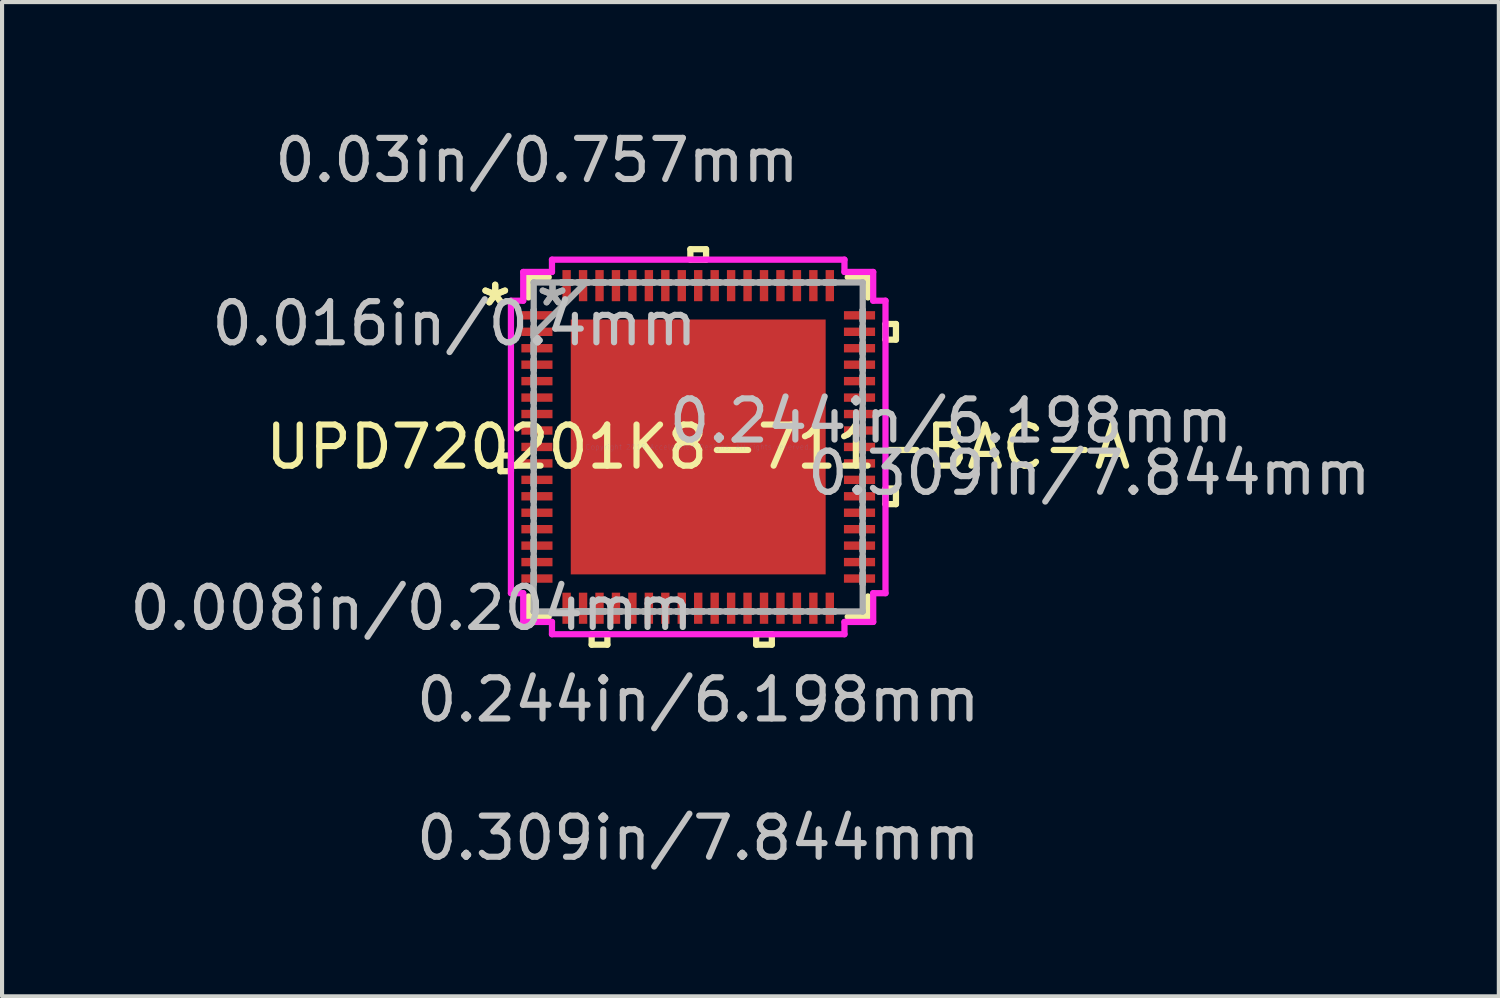
<source format=kicad_pcb>
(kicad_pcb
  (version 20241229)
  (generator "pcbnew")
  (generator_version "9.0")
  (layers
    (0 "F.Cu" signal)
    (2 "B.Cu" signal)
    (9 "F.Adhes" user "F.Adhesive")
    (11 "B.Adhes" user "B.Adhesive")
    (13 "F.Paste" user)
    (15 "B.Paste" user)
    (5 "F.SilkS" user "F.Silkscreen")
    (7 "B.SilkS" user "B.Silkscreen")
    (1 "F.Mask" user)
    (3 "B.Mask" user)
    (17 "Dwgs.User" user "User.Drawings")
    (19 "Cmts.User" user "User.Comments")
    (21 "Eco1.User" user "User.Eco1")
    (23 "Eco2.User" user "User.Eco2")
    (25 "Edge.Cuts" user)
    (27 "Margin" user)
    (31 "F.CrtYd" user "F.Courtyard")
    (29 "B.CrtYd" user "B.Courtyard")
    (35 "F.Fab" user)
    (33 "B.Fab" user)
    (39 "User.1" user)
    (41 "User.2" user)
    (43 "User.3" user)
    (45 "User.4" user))
  (footprint "UPD720201K8-711-BAC-A"
    (layer "F.Cu")
    (at 13.928 7.818)
    (property "Reference" "UPD720201K8-711-BAC-A" (at 0 0 0) (layer "F.SilkS") (effects (font (size 1 1) (thickness 0.15))))
    (attr through_hole)
    (fp_line (start -4.808 0.209) (end -4.808 0.59) (stroke (width 0.152) (type solid)) (layer "F.SilkS"))
    (fp_line (start -4.808 0.59) (end -4.554 0.59) (stroke (width 0.152) (type solid)) (layer "F.SilkS"))
    (fp_line (start -4.554 0.209) (end -4.808 0.209) (stroke (width 0.152) (type solid)) (layer "F.SilkS"))
    (fp_line (start -4.554 0.59) (end -4.554 0.209) (stroke (width 0.152) (type solid)) (layer "F.SilkS"))
    (fp_line (start -4.128 -4.128) (end -4.128 -3.635) (stroke (width 0.152) (type solid)) (layer "F.SilkS"))
    (fp_line (start -4.128 3.635) (end -4.128 4.128) (stroke (width 0.152) (type solid)) (layer "F.SilkS"))
    (fp_line (start -4.128 4.128) (end -3.635 4.128) (stroke (width 0.152) (type solid)) (layer "F.SilkS"))
    (fp_line (start -3.635 -4.128) (end -4.128 -4.128) (stroke (width 0.152) (type solid)) (layer "F.SilkS"))
    (fp_line (start -2.591 4.554) (end -2.591 4.808) (stroke (width 0.152) (type solid)) (layer "F.SilkS"))
    (fp_line (start -2.591 4.808) (end -2.209 4.808) (stroke (width 0.152) (type solid)) (layer "F.SilkS"))
    (fp_line (start -2.209 4.554) (end -2.591 4.554) (stroke (width 0.152) (type solid)) (layer "F.SilkS"))
    (fp_line (start -2.209 4.808) (end -2.209 4.554) (stroke (width 0.152) (type solid)) (layer "F.SilkS"))
    (fp_line (start -0.191 -4.808) (end 0.191 -4.808) (stroke (width 0.152) (type solid)) (layer "F.SilkS"))
    (fp_line (start -0.191 -4.554) (end -0.191 -4.808) (stroke (width 0.152) (type solid)) (layer "F.SilkS"))
    (fp_line (start 0.191 -4.808) (end 0.191 -4.554) (stroke (width 0.152) (type solid)) (layer "F.SilkS"))
    (fp_line (start 0.191 -4.554) (end -0.191 -4.554) (stroke (width 0.152) (type solid)) (layer "F.SilkS"))
    (fp_line (start 1.409 4.554) (end 1.409 4.808) (stroke (width 0.152) (type solid)) (layer "F.SilkS"))
    (fp_line (start 1.409 4.808) (end 1.79 4.808) (stroke (width 0.152) (type solid)) (layer "F.SilkS"))
    (fp_line (start 1.79 4.554) (end 1.409 4.554) (stroke (width 0.152) (type solid)) (layer "F.SilkS"))
    (fp_line (start 1.79 4.808) (end 1.79 4.554) (stroke (width 0.152) (type solid)) (layer "F.SilkS"))
    (fp_line (start 3.635 4.128) (end 4.128 4.128) (stroke (width 0.152) (type solid)) (layer "F.SilkS"))
    (fp_line (start 4.128 -4.128) (end 3.635 -4.128) (stroke (width 0.152) (type solid)) (layer "F.SilkS"))
    (fp_line (start 4.128 -3.635) (end 4.128 -4.128) (stroke (width 0.152) (type solid)) (layer "F.SilkS"))
    (fp_line (start 4.128 4.128) (end 4.128 3.635) (stroke (width 0.152) (type solid)) (layer "F.SilkS"))
    (fp_line (start 4.554 -2.99) (end 4.808 -2.99) (stroke (width 0.152) (type solid)) (layer "F.SilkS"))
    (fp_line (start 4.554 -2.609) (end 4.554 -2.99) (stroke (width 0.152) (type solid)) (layer "F.SilkS"))
    (fp_line (start 4.554 1.01) (end 4.808 1.01) (stroke (width 0.152) (type solid)) (layer "F.SilkS"))
    (fp_line (start 4.554 1.391) (end 4.554 1.01) (stroke (width 0.152) (type solid)) (layer "F.SilkS"))
    (fp_line (start 4.808 -2.99) (end 4.808 -2.609) (stroke (width 0.152) (type solid)) (layer "F.SilkS"))
    (fp_line (start 4.808 -2.609) (end 4.554 -2.609) (stroke (width 0.152) (type solid)) (layer "F.SilkS"))
    (fp_line (start 4.808 1.01) (end 4.808 1.391) (stroke (width 0.152) (type solid)) (layer "F.SilkS"))
    (fp_line (start 4.808 1.391) (end 4.554 1.391) (stroke (width 0.152) (type solid)) (layer "F.SilkS"))
    (fp_line (start -2.999 -2.999) (end -2.999 -1.649) (stroke (width 0.152) (type solid)) (layer "F.Paste"))
    (fp_line (start -2.999 -1.649) (end -1.649 -1.649) (stroke (width 0.152) (type solid)) (layer "F.Paste"))
    (fp_line (start -2.999 -1.449) (end -2.999 -0.1) (stroke (width 0.152) (type solid)) (layer "F.Paste"))
    (fp_line (start -2.999 -0.1) (end -1.649 -0.1) (stroke (width 0.152) (type solid)) (layer "F.Paste"))
    (fp_line (start -2.999 0.1) (end -2.999 1.449) (stroke (width 0.152) (type solid)) (layer "F.Paste"))
    (fp_line (start -2.999 1.449) (end -1.649 1.449) (stroke (width 0.152) (type solid)) (layer "F.Paste"))
    (fp_line (start -2.999 1.649) (end -2.999 2.999) (stroke (width 0.152) (type solid)) (layer "F.Paste"))
    (fp_line (start -2.999 2.999) (end -1.649 2.999) (stroke (width 0.152) (type solid)) (layer "F.Paste"))
    (fp_line (start -1.649 -2.999) (end -2.999 -2.999) (stroke (width 0.152) (type solid)) (layer "F.Paste"))
    (fp_line (start -1.649 -1.649) (end -1.649 -2.999) (stroke (width 0.152) (type solid)) (layer "F.Paste"))
    (fp_line (start -1.649 -1.449) (end -2.999 -1.449) (stroke (width 0.152) (type solid)) (layer "F.Paste"))
    (fp_line (start -1.649 -0.1) (end -1.649 -1.449) (stroke (width 0.152) (type solid)) (layer "F.Paste"))
    (fp_line (start -1.649 0.1) (end -2.999 0.1) (stroke (width 0.152) (type solid)) (layer "F.Paste"))
    (fp_line (start -1.649 1.449) (end -1.649 0.1) (stroke (width 0.152) (type solid)) (layer "F.Paste"))
    (fp_line (start -1.649 1.649) (end -2.999 1.649) (stroke (width 0.152) (type solid)) (layer "F.Paste"))
    (fp_line (start -1.649 2.999) (end -1.649 1.649) (stroke (width 0.152) (type solid)) (layer "F.Paste"))
    (fp_line (start -1.449 -2.999) (end -1.449 -1.649) (stroke (width 0.152) (type solid)) (layer "F.Paste"))
    (fp_line (start -1.449 -1.649) (end -0.1 -1.649) (stroke (width 0.152) (type solid)) (layer "F.Paste"))
    (fp_line (start -1.449 -1.449) (end -1.449 -0.1) (stroke (width 0.152) (type solid)) (layer "F.Paste"))
    (fp_line (start -1.449 -0.1) (end -0.1 -0.1) (stroke (width 0.152) (type solid)) (layer "F.Paste"))
    (fp_line (start -1.449 0.1) (end -1.449 1.449) (stroke (width 0.152) (type solid)) (layer "F.Paste"))
    (fp_line (start -1.449 1.449) (end -0.1 1.449) (stroke (width 0.152) (type solid)) (layer "F.Paste"))
    (fp_line (start -1.449 1.649) (end -1.449 2.999) (stroke (width 0.152) (type solid)) (layer "F.Paste"))
    (fp_line (start -1.449 2.999) (end -0.1 2.999) (stroke (width 0.152) (type solid)) (layer "F.Paste"))
    (fp_line (start -0.1 -2.999) (end -1.449 -2.999) (stroke (width 0.152) (type solid)) (layer "F.Paste"))
    (fp_line (start -0.1 -1.649) (end -0.1 -2.999) (stroke (width 0.152) (type solid)) (layer "F.Paste"))
    (fp_line (start -0.1 -1.449) (end -1.449 -1.449) (stroke (width 0.152) (type solid)) (layer "F.Paste"))
    (fp_line (start -0.1 -0.1) (end -0.1 -1.449) (stroke (width 0.152) (type solid)) (layer "F.Paste"))
    (fp_line (start -0.1 0.1) (end -1.449 0.1) (stroke (width 0.152) (type solid)) (layer "F.Paste"))
    (fp_line (start -0.1 1.449) (end -0.1 0.1) (stroke (width 0.152) (type solid)) (layer "F.Paste"))
    (fp_line (start -0.1 1.649) (end -1.449 1.649) (stroke (width 0.152) (type solid)) (layer "F.Paste"))
    (fp_line (start -0.1 2.999) (end -0.1 1.649) (stroke (width 0.152) (type solid)) (layer "F.Paste"))
    (fp_line (start 0.1 -2.999) (end 0.1 -1.649) (stroke (width 0.152) (type solid)) (layer "F.Paste"))
    (fp_line (start 0.1 -1.649) (end 1.449 -1.649) (stroke (width 0.152) (type solid)) (layer "F.Paste"))
    (fp_line (start 0.1 -1.449) (end 0.1 -0.1) (stroke (width 0.152) (type solid)) (layer "F.Paste"))
    (fp_line (start 0.1 -0.1) (end 1.449 -0.1) (stroke (width 0.152) (type solid)) (layer "F.Paste"))
    (fp_line (start 0.1 0.1) (end 0.1 1.449) (stroke (width 0.152) (type solid)) (layer "F.Paste"))
    (fp_line (start 0.1 1.449) (end 1.449 1.449) (stroke (width 0.152) (type solid)) (layer "F.Paste"))
    (fp_line (start 0.1 1.649) (end 0.1 2.999) (stroke (width 0.152) (type solid)) (layer "F.Paste"))
    (fp_line (start 0.1 2.999) (end 1.449 2.999) (stroke (width 0.152) (type solid)) (layer "F.Paste"))
    (fp_line (start 1.449 -2.999) (end 0.1 -2.999) (stroke (width 0.152) (type solid)) (layer "F.Paste"))
    (fp_line (start 1.449 -1.649) (end 1.449 -2.999) (stroke (width 0.152) (type solid)) (layer "F.Paste"))
    (fp_line (start 1.449 -1.449) (end 0.1 -1.449) (stroke (width 0.152) (type solid)) (layer "F.Paste"))
    (fp_line (start 1.449 -0.1) (end 1.449 -1.449) (stroke (width 0.152) (type solid)) (layer "F.Paste"))
    (fp_line (start 1.449 0.1) (end 0.1 0.1) (stroke (width 0.152) (type solid)) (layer "F.Paste"))
    (fp_line (start 1.449 1.449) (end 1.449 0.1) (stroke (width 0.152) (type solid)) (layer "F.Paste"))
    (fp_line (start 1.449 1.649) (end 0.1 1.649) (stroke (width 0.152) (type solid)) (layer "F.Paste"))
    (fp_line (start 1.449 2.999) (end 1.449 1.649) (stroke (width 0.152) (type solid)) (layer "F.Paste"))
    (fp_line (start 1.649 -2.999) (end 1.649 -1.649) (stroke (width 0.152) (type solid)) (layer "F.Paste"))
    (fp_line (start 1.649 -1.649) (end 2.999 -1.649) (stroke (width 0.152) (type solid)) (layer "F.Paste"))
    (fp_line (start 1.649 -1.449) (end 1.649 -0.1) (stroke (width 0.152) (type solid)) (layer "F.Paste"))
    (fp_line (start 1.649 -0.1) (end 2.999 -0.1) (stroke (width 0.152) (type solid)) (layer "F.Paste"))
    (fp_line (start 1.649 0.1) (end 1.649 1.449) (stroke (width 0.152) (type solid)) (layer "F.Paste"))
    (fp_line (start 1.649 1.449) (end 2.999 1.449) (stroke (width 0.152) (type solid)) (layer "F.Paste"))
    (fp_line (start 1.649 1.649) (end 1.649 2.999) (stroke (width 0.152) (type solid)) (layer "F.Paste"))
    (fp_line (start 1.649 2.999) (end 2.999 2.999) (stroke (width 0.152) (type solid)) (layer "F.Paste"))
    (fp_line (start 2.999 -2.999) (end 1.649 -2.999) (stroke (width 0.152) (type solid)) (layer "F.Paste"))
    (fp_line (start 2.999 -1.649) (end 2.999 -2.999) (stroke (width 0.152) (type solid)) (layer "F.Paste"))
    (fp_line (start 2.999 -1.449) (end 1.649 -1.449) (stroke (width 0.152) (type solid)) (layer "F.Paste"))
    (fp_line (start 2.999 -0.1) (end 2.999 -1.449) (stroke (width 0.152) (type solid)) (layer "F.Paste"))
    (fp_line (start 2.999 0.1) (end 1.649 0.1) (stroke (width 0.152) (type solid)) (layer "F.Paste"))
    (fp_line (start 2.999 1.449) (end 2.999 0.1) (stroke (width 0.152) (type solid)) (layer "F.Paste"))
    (fp_line (start 2.999 1.649) (end 1.649 1.649) (stroke (width 0.152) (type solid)) (layer "F.Paste"))
    (fp_line (start 2.999 2.999) (end 2.999 1.649) (stroke (width 0.152) (type solid)) (layer "F.Paste"))
    (fp_line (start -4.554 -3.556) (end -4.255 -3.556) (stroke (width 0.152) (type solid)) (layer "F.CrtYd"))
    (fp_line (start -4.554 3.556) (end -4.554 -3.556) (stroke (width 0.152) (type solid)) (layer "F.CrtYd"))
    (fp_line (start -4.255 -4.255) (end -3.556 -4.255) (stroke (width 0.152) (type solid)) (layer "F.CrtYd"))
    (fp_line (start -4.255 -3.556) (end -4.255 -4.255) (stroke (width 0.152) (type solid)) (layer "F.CrtYd"))
    (fp_line (start -4.255 3.556) (end -4.554 3.556) (stroke (width 0.152) (type solid)) (layer "F.CrtYd"))
    (fp_line (start -4.255 4.255) (end -4.255 3.556) (stroke (width 0.152) (type solid)) (layer "F.CrtYd"))
    (fp_line (start -3.556 -4.554) (end 3.556 -4.554) (stroke (width 0.152) (type solid)) (layer "F.CrtYd"))
    (fp_line (start -3.556 -4.255) (end -3.556 -4.554) (stroke (width 0.152) (type solid)) (layer "F.CrtYd"))
    (fp_line (start -3.556 4.255) (end -4.255 4.255) (stroke (width 0.152) (type solid)) (layer "F.CrtYd"))
    (fp_line (start -3.556 4.554) (end -3.556 4.255) (stroke (width 0.152) (type solid)) (layer "F.CrtYd"))
    (fp_line (start 3.556 -4.554) (end 3.556 -4.255) (stroke (width 0.152) (type solid)) (layer "F.CrtYd"))
    (fp_line (start 3.556 -4.255) (end 4.255 -4.255) (stroke (width 0.152) (type solid)) (layer "F.CrtYd"))
    (fp_line (start 3.556 4.255) (end 3.556 4.554) (stroke (width 0.152) (type solid)) (layer "F.CrtYd"))
    (fp_line (start 3.556 4.554) (end -3.556 4.554) (stroke (width 0.152) (type solid)) (layer "F.CrtYd"))
    (fp_line (start 4.255 -4.255) (end 4.255 -3.556) (stroke (width 0.152) (type solid)) (layer "F.CrtYd"))
    (fp_line (start 4.255 -3.556) (end 4.554 -3.556) (stroke (width 0.152) (type solid)) (layer "F.CrtYd"))
    (fp_line (start 4.255 3.556) (end 4.255 4.255) (stroke (width 0.152) (type solid)) (layer "F.CrtYd"))
    (fp_line (start 4.255 4.255) (end 3.556 4.255) (stroke (width 0.152) (type solid)) (layer "F.CrtYd"))
    (fp_line (start 4.554 -3.556) (end 4.554 3.556) (stroke (width 0.152) (type solid)) (layer "F.CrtYd"))
    (fp_line (start 4.554 3.556) (end 4.255 3.556) (stroke (width 0.152) (type solid)) (layer "F.CrtYd"))
    (fp_line (start -4 -4) (end -4 -4) (stroke (width 0.152) (type solid)) (layer "F.Fab"))
    (fp_line (start -4 -4) (end -4 4) (stroke (width 0.152) (type solid)) (layer "F.Fab"))
    (fp_line (start -4 -3.327) (end -4 -3.327) (stroke (width 0.152) (type solid)) (layer "F.Fab"))
    (fp_line (start -4 -3.327) (end -4 -3.073) (stroke (width 0.152) (type solid)) (layer "F.Fab"))
    (fp_line (start -4 -3.073) (end -4 -3.327) (stroke (width 0.152) (type solid)) (layer "F.Fab"))
    (fp_line (start -4 -3.073) (end -4 -3.073) (stroke (width 0.152) (type solid)) (layer "F.Fab"))
    (fp_line (start -4 -2.927) (end -4 -2.927) (stroke (width 0.152) (type solid)) (layer "F.Fab"))
    (fp_line (start -4 -2.927) (end -4 -2.673) (stroke (width 0.152) (type solid)) (layer "F.Fab"))
    (fp_line (start -4 -2.731) (end -2.731 -4) (stroke (width 0.152) (type solid)) (layer "F.Fab"))
    (fp_line (start -4 -2.673) (end -4 -2.927) (stroke (width 0.152) (type solid)) (layer "F.Fab"))
    (fp_line (start -4 -2.673) (end -4 -2.673) (stroke (width 0.152) (type solid)) (layer "F.Fab"))
    (fp_line (start -4 -2.527) (end -4 -2.527) (stroke (width 0.152) (type solid)) (layer "F.Fab"))
    (fp_line (start -4 -2.527) (end -4 -2.273) (stroke (width 0.152) (type solid)) (layer "F.Fab"))
    (fp_line (start -4 -2.273) (end -4 -2.527) (stroke (width 0.152) (type solid)) (layer "F.Fab"))
    (fp_line (start -4 -2.273) (end -4 -2.273) (stroke (width 0.152) (type solid)) (layer "F.Fab"))
    (fp_line (start -4 -2.127) (end -4 -2.127) (stroke (width 0.152) (type solid)) (layer "F.Fab"))
    (fp_line (start -4 -2.127) (end -4 -1.873) (stroke (width 0.152) (type solid)) (layer "F.Fab"))
    (fp_line (start -4 -1.873) (end -4 -2.127) (stroke (width 0.152) (type solid)) (layer "F.Fab"))
    (fp_line (start -4 -1.873) (end -4 -1.873) (stroke (width 0.152) (type solid)) (layer "F.Fab"))
    (fp_line (start -4 -1.727) (end -4 -1.727) (stroke (width 0.152) (type solid)) (layer "F.Fab"))
    (fp_line (start -4 -1.727) (end -4 -1.473) (stroke (width 0.152) (type solid)) (layer "F.Fab"))
    (fp_line (start -4 -1.473) (end -4 -1.727) (stroke (width 0.152) (type solid)) (layer "F.Fab"))
    (fp_line (start -4 -1.473) (end -4 -1.473) (stroke (width 0.152) (type solid)) (layer "F.Fab"))
    (fp_line (start -4 -1.327) (end -4 -1.327) (stroke (width 0.152) (type solid)) (layer "F.Fab"))
    (fp_line (start -4 -1.327) (end -4 -1.073) (stroke (width 0.152) (type solid)) (layer "F.Fab"))
    (fp_line (start -4 -1.073) (end -4 -1.327) (stroke (width 0.152) (type solid)) (layer "F.Fab"))
    (fp_line (start -4 -1.073) (end -4 -1.073) (stroke (width 0.152) (type solid)) (layer "F.Fab"))
    (fp_line (start -4 -0.927) (end -4 -0.927) (stroke (width 0.152) (type solid)) (layer "F.Fab"))
    (fp_line (start -4 -0.927) (end -4 -0.673) (stroke (width 0.152) (type solid)) (layer "F.Fab"))
    (fp_line (start -4 -0.673) (end -4 -0.927) (stroke (width 0.152) (type solid)) (layer "F.Fab"))
    (fp_line (start -4 -0.673) (end -4 -0.673) (stroke (width 0.152) (type solid)) (layer "F.Fab"))
    (fp_line (start -4 -0.527) (end -4 -0.527) (stroke (width 0.152) (type solid)) (layer "F.Fab"))
    (fp_line (start -4 -0.527) (end -4 -0.273) (stroke (width 0.152) (type solid)) (layer "F.Fab"))
    (fp_line (start -4 -0.273) (end -4 -0.527) (stroke (width 0.152) (type solid)) (layer "F.Fab"))
    (fp_line (start -4 -0.273) (end -4 -0.273) (stroke (width 0.152) (type solid)) (layer "F.Fab"))
    (fp_line (start -4 -0.127) (end -4 -0.127) (stroke (width 0.152) (type solid)) (layer "F.Fab"))
    (fp_line (start -4 -0.127) (end -4 0.127) (stroke (width 0.152) (type solid)) (layer "F.Fab"))
    (fp_line (start -4 0.127) (end -4 -0.127) (stroke (width 0.152) (type solid)) (layer "F.Fab"))
    (fp_line (start -4 0.127) (end -4 0.127) (stroke (width 0.152) (type solid)) (layer "F.Fab"))
    (fp_line (start -4 0.273) (end -4 0.273) (stroke (width 0.152) (type solid)) (layer "F.Fab"))
    (fp_line (start -4 0.273) (end -4 0.527) (stroke (width 0.152) (type solid)) (layer "F.Fab"))
    (fp_line (start -4 0.527) (end -4 0.273) (stroke (width 0.152) (type solid)) (layer "F.Fab"))
    (fp_line (start -4 0.527) (end -4 0.527) (stroke (width 0.152) (type solid)) (layer "F.Fab"))
    (fp_line (start -4 0.673) (end -4 0.673) (stroke (width 0.152) (type solid)) (layer "F.Fab"))
    (fp_line (start -4 0.673) (end -4 0.927) (stroke (width 0.152) (type solid)) (layer "F.Fab"))
    (fp_line (start -4 0.927) (end -4 0.673) (stroke (width 0.152) (type solid)) (layer "F.Fab"))
    (fp_line (start -4 0.927) (end -4 0.927) (stroke (width 0.152) (type solid)) (layer "F.Fab"))
    (fp_line (start -4 1.073) (end -4 1.073) (stroke (width 0.152) (type solid)) (layer "F.Fab"))
    (fp_line (start -4 1.073) (end -4 1.327) (stroke (width 0.152) (type solid)) (layer "F.Fab"))
    (fp_line (start -4 1.327) (end -4 1.073) (stroke (width 0.152) (type solid)) (layer "F.Fab"))
    (fp_line (start -4 1.327) (end -4 1.327) (stroke (width 0.152) (type solid)) (layer "F.Fab"))
    (fp_line (start -4 1.473) (end -4 1.473) (stroke (width 0.152) (type solid)) (layer "F.Fab"))
    (fp_line (start -4 1.473) (end -4 1.727) (stroke (width 0.152) (type solid)) (layer "F.Fab"))
    (fp_line (start -4 1.727) (end -4 1.473) (stroke (width 0.152) (type solid)) (layer "F.Fab"))
    (fp_line (start -4 1.727) (end -4 1.727) (stroke (width 0.152) (type solid)) (layer "F.Fab"))
    (fp_line (start -4 1.873) (end -4 1.873) (stroke (width 0.152) (type solid)) (layer "F.Fab"))
    (fp_line (start -4 1.873) (end -4 2.127) (stroke (width 0.152) (type solid)) (layer "F.Fab"))
    (fp_line (start -4 2.127) (end -4 1.873) (stroke (width 0.152) (type solid)) (layer "F.Fab"))
    (fp_line (start -4 2.127) (end -4 2.127) (stroke (width 0.152) (type solid)) (layer "F.Fab"))
    (fp_line (start -4 2.273) (end -4 2.273) (stroke (width 0.152) (type solid)) (layer "F.Fab"))
    (fp_line (start -4 2.273) (end -4 2.527) (stroke (width 0.152) (type solid)) (layer "F.Fab"))
    (fp_line (start -4 2.527) (end -4 2.273) (stroke (width 0.152) (type solid)) (layer "F.Fab"))
    (fp_line (start -4 2.527) (end -4 2.527) (stroke (width 0.152) (type solid)) (layer "F.Fab"))
    (fp_line (start -4 2.673) (end -4 2.673) (stroke (width 0.152) (type solid)) (layer "F.Fab"))
    (fp_line (start -4 2.673) (end -4 2.927) (stroke (width 0.152) (type solid)) (layer "F.Fab"))
    (fp_line (start -4 2.927) (end -4 2.673) (stroke (width 0.152) (type solid)) (layer "F.Fab"))
    (fp_line (start -4 2.927) (end -4 2.927) (stroke (width 0.152) (type solid)) (layer "F.Fab"))
    (fp_line (start -4 3.073) (end -4 3.073) (stroke (width 0.152) (type solid)) (layer "F.Fab"))
    (fp_line (start -4 3.073) (end -4 3.327) (stroke (width 0.152) (type solid)) (layer "F.Fab"))
    (fp_line (start -4 3.327) (end -4 3.073) (stroke (width 0.152) (type solid)) (layer "F.Fab"))
    (fp_line (start -4 3.327) (end -4 3.327) (stroke (width 0.152) (type solid)) (layer "F.Fab"))
    (fp_line (start -4 4) (end -4 4) (stroke (width 0.152) (type solid)) (layer "F.Fab"))
    (fp_line (start -4 4) (end 4 4) (stroke (width 0.152) (type solid)) (layer "F.Fab"))
    (fp_line (start -3.327 -4) (end -3.327 -4) (stroke (width 0.152) (type solid)) (layer "F.Fab"))
    (fp_line (start -3.327 -4) (end -3.073 -4) (stroke (width 0.152) (type solid)) (layer "F.Fab"))
    (fp_line (start -3.327 4) (end -3.327 4) (stroke (width 0.152) (type solid)) (layer "F.Fab"))
    (fp_line (start -3.327 4) (end -3.073 4) (stroke (width 0.152) (type solid)) (layer "F.Fab"))
    (fp_line (start -3.073 -4) (end -3.327 -4) (stroke (width 0.152) (type solid)) (layer "F.Fab"))
    (fp_line (start -3.073 -4) (end -3.073 -4) (stroke (width 0.152) (type solid)) (layer "F.Fab"))
    (fp_line (start -3.073 4) (end -3.327 4) (stroke (width 0.152) (type solid)) (layer "F.Fab"))
    (fp_line (start -3.073 4) (end -3.073 4) (stroke (width 0.152) (type solid)) (layer "F.Fab"))
    (fp_line (start -2.927 -4) (end -2.927 -4) (stroke (width 0.152) (type solid)) (layer "F.Fab"))
    (fp_line (start -2.927 -4) (end -2.673 -4) (stroke (width 0.152) (type solid)) (layer "F.Fab"))
    (fp_line (start -2.927 4) (end -2.927 4) (stroke (width 0.152) (type solid)) (layer "F.Fab"))
    (fp_line (start -2.927 4) (end -2.673 4) (stroke (width 0.152) (type solid)) (layer "F.Fab"))
    (fp_line (start -2.673 -4) (end -2.927 -4) (stroke (width 0.152) (type solid)) (layer "F.Fab"))
    (fp_line (start -2.673 -4) (end -2.673 -4) (stroke (width 0.152) (type solid)) (layer "F.Fab"))
    (fp_line (start -2.673 4) (end -2.927 4) (stroke (width 0.152) (type solid)) (layer "F.Fab"))
    (fp_line (start -2.673 4) (end -2.673 4) (stroke (width 0.152) (type solid)) (layer "F.Fab"))
    (fp_line (start -2.527 -4) (end -2.527 -4) (stroke (width 0.152) (type solid)) (layer "F.Fab"))
    (fp_line (start -2.527 -4) (end -2.273 -4) (stroke (width 0.152) (type solid)) (layer "F.Fab"))
    (fp_line (start -2.527 4) (end -2.527 4) (stroke (width 0.152) (type solid)) (layer "F.Fab"))
    (fp_line (start -2.527 4) (end -2.273 4) (stroke (width 0.152) (type solid)) (layer "F.Fab"))
    (fp_line (start -2.273 -4) (end -2.527 -4) (stroke (width 0.152) (type solid)) (layer "F.Fab"))
    (fp_line (start -2.273 -4) (end -2.273 -4) (stroke (width 0.152) (type solid)) (layer "F.Fab"))
    (fp_line (start -2.273 4) (end -2.527 4) (stroke (width 0.152) (type solid)) (layer "F.Fab"))
    (fp_line (start -2.273 4) (end -2.273 4) (stroke (width 0.152) (type solid)) (layer "F.Fab"))
    (fp_line (start -2.127 -4) (end -2.127 -4) (stroke (width 0.152) (type solid)) (layer "F.Fab"))
    (fp_line (start -2.127 -4) (end -1.873 -4) (stroke (width 0.152) (type solid)) (layer "F.Fab"))
    (fp_line (start -2.127 4) (end -2.127 4) (stroke (width 0.152) (type solid)) (layer "F.Fab"))
    (fp_line (start -2.127 4) (end -1.873 4) (stroke (width 0.152) (type solid)) (layer "F.Fab"))
    (fp_line (start -1.873 -4) (end -2.127 -4) (stroke (width 0.152) (type solid)) (layer "F.Fab"))
    (fp_line (start -1.873 -4) (end -1.873 -4) (stroke (width 0.152) (type solid)) (layer "F.Fab"))
    (fp_line (start -1.873 4) (end -2.127 4) (stroke (width 0.152) (type solid)) (layer "F.Fab"))
    (fp_line (start -1.873 4) (end -1.873 4) (stroke (width 0.152) (type solid)) (layer "F.Fab"))
    (fp_line (start -1.727 -4) (end -1.727 -4) (stroke (width 0.152) (type solid)) (layer "F.Fab"))
    (fp_line (start -1.727 -4) (end -1.473 -4) (stroke (width 0.152) (type solid)) (layer "F.Fab"))
    (fp_line (start -1.727 4) (end -1.727 4) (stroke (width 0.152) (type solid)) (layer "F.Fab"))
    (fp_line (start -1.727 4) (end -1.473 4) (stroke (width 0.152) (type solid)) (layer "F.Fab"))
    (fp_line (start -1.473 -4) (end -1.727 -4) (stroke (width 0.152) (type solid)) (layer "F.Fab"))
    (fp_line (start -1.473 -4) (end -1.473 -4) (stroke (width 0.152) (type solid)) (layer "F.Fab"))
    (fp_line (start -1.473 4) (end -1.727 4) (stroke (width 0.152) (type solid)) (layer "F.Fab"))
    (fp_line (start -1.473 4) (end -1.473 4) (stroke (width 0.152) (type solid)) (layer "F.Fab"))
    (fp_line (start -1.327 -4) (end -1.327 -4) (stroke (width 0.152) (type solid)) (layer "F.Fab"))
    (fp_line (start -1.327 -4) (end -1.073 -4) (stroke (width 0.152) (type solid)) (layer "F.Fab"))
    (fp_line (start -1.327 4) (end -1.327 4) (stroke (width 0.152) (type solid)) (layer "F.Fab"))
    (fp_line (start -1.327 4) (end -1.073 4) (stroke (width 0.152) (type solid)) (layer "F.Fab"))
    (fp_line (start -1.073 -4) (end -1.327 -4) (stroke (width 0.152) (type solid)) (layer "F.Fab"))
    (fp_line (start -1.073 -4) (end -1.073 -4) (stroke (width 0.152) (type solid)) (layer "F.Fab"))
    (fp_line (start -1.073 4) (end -1.327 4) (stroke (width 0.152) (type solid)) (layer "F.Fab"))
    (fp_line (start -1.073 4) (end -1.073 4) (stroke (width 0.152) (type solid)) (layer "F.Fab"))
    (fp_line (start -0.927 -4) (end -0.927 -4) (stroke (width 0.152) (type solid)) (layer "F.Fab"))
    (fp_line (start -0.927 -4) (end -0.673 -4) (stroke (width 0.152) (type solid)) (layer "F.Fab"))
    (fp_line (start -0.927 4) (end -0.927 4) (stroke (width 0.152) (type solid)) (layer "F.Fab"))
    (fp_line (start -0.927 4) (end -0.673 4) (stroke (width 0.152) (type solid)) (layer "F.Fab"))
    (fp_line (start -0.673 -4) (end -0.927 -4) (stroke (width 0.152) (type solid)) (layer "F.Fab"))
    (fp_line (start -0.673 -4) (end -0.673 -4) (stroke (width 0.152) (type solid)) (layer "F.Fab"))
    (fp_line (start -0.673 4) (end -0.927 4) (stroke (width 0.152) (type solid)) (layer "F.Fab"))
    (fp_line (start -0.673 4) (end -0.673 4) (stroke (width 0.152) (type solid)) (layer "F.Fab"))
    (fp_line (start -0.527 -4) (end -0.527 -4) (stroke (width 0.152) (type solid)) (layer "F.Fab"))
    (fp_line (start -0.527 -4) (end -0.273 -4) (stroke (width 0.152) (type solid)) (layer "F.Fab"))
    (fp_line (start -0.527 4) (end -0.527 4) (stroke (width 0.152) (type solid)) (layer "F.Fab"))
    (fp_line (start -0.527 4) (end -0.273 4) (stroke (width 0.152) (type solid)) (layer "F.Fab"))
    (fp_line (start -0.273 -4) (end -0.527 -4) (stroke (width 0.152) (type solid)) (layer "F.Fab"))
    (fp_line (start -0.273 -4) (end -0.273 -4) (stroke (width 0.152) (type solid)) (layer "F.Fab"))
    (fp_line (start -0.273 4) (end -0.527 4) (stroke (width 0.152) (type solid)) (layer "F.Fab"))
    (fp_line (start -0.273 4) (end -0.273 4) (stroke (width 0.152) (type solid)) (layer "F.Fab"))
    (fp_line (start -0.127 -4) (end -0.127 -4) (stroke (width 0.152) (type solid)) (layer "F.Fab"))
    (fp_line (start -0.127 -4) (end 0.127 -4) (stroke (width 0.152) (type solid)) (layer "F.Fab"))
    (fp_line (start -0.127 4) (end -0.127 4) (stroke (width 0.152) (type solid)) (layer "F.Fab"))
    (fp_line (start -0.127 4) (end 0.127 4) (stroke (width 0.152) (type solid)) (layer "F.Fab"))
    (fp_line (start 0.127 -4) (end -0.127 -4) (stroke (width 0.152) (type solid)) (layer "F.Fab"))
    (fp_line (start 0.127 -4) (end 0.127 -4) (stroke (width 0.152) (type solid)) (layer "F.Fab"))
    (fp_line (start 0.127 4) (end -0.127 4) (stroke (width 0.152) (type solid)) (layer "F.Fab"))
    (fp_line (start 0.127 4) (end 0.127 4) (stroke (width 0.152) (type solid)) (layer "F.Fab"))
    (fp_line (start 0.273 -4) (end 0.273 -4) (stroke (width 0.152) (type solid)) (layer "F.Fab"))
    (fp_line (start 0.273 -4) (end 0.527 -4) (stroke (width 0.152) (type solid)) (layer "F.Fab"))
    (fp_line (start 0.273 4) (end 0.273 4) (stroke (width 0.152) (type solid)) (layer "F.Fab"))
    (fp_line (start 0.273 4) (end 0.527 4) (stroke (width 0.152) (type solid)) (layer "F.Fab"))
    (fp_line (start 0.527 -4) (end 0.273 -4) (stroke (width 0.152) (type solid)) (layer "F.Fab"))
    (fp_line (start 0.527 -4) (end 0.527 -4) (stroke (width 0.152) (type solid)) (layer "F.Fab"))
    (fp_line (start 0.527 4) (end 0.273 4) (stroke (width 0.152) (type solid)) (layer "F.Fab"))
    (fp_line (start 0.527 4) (end 0.527 4) (stroke (width 0.152) (type solid)) (layer "F.Fab"))
    (fp_line (start 0.673 -4) (end 0.673 -4) (stroke (width 0.152) (type solid)) (layer "F.Fab"))
    (fp_line (start 0.673 -4) (end 0.927 -4) (stroke (width 0.152) (type solid)) (layer "F.Fab"))
    (fp_line (start 0.673 4) (end 0.673 4) (stroke (width 0.152) (type solid)) (layer "F.Fab"))
    (fp_line (start 0.673 4) (end 0.927 4) (stroke (width 0.152) (type solid)) (layer "F.Fab"))
    (fp_line (start 0.927 -4) (end 0.673 -4) (stroke (width 0.152) (type solid)) (layer "F.Fab"))
    (fp_line (start 0.927 -4) (end 0.927 -4) (stroke (width 0.152) (type solid)) (layer "F.Fab"))
    (fp_line (start 0.927 4) (end 0.673 4) (stroke (width 0.152) (type solid)) (layer "F.Fab"))
    (fp_line (start 0.927 4) (end 0.927 4) (stroke (width 0.152) (type solid)) (layer "F.Fab"))
    (fp_line (start 1.073 -4) (end 1.073 -4) (stroke (width 0.152) (type solid)) (layer "F.Fab"))
    (fp_line (start 1.073 -4) (end 1.327 -4) (stroke (width 0.152) (type solid)) (layer "F.Fab"))
    (fp_line (start 1.073 4) (end 1.073 4) (stroke (width 0.152) (type solid)) (layer "F.Fab"))
    (fp_line (start 1.073 4) (end 1.327 4) (stroke (width 0.152) (type solid)) (layer "F.Fab"))
    (fp_line (start 1.327 -4) (end 1.073 -4) (stroke (width 0.152) (type solid)) (layer "F.Fab"))
    (fp_line (start 1.327 -4) (end 1.327 -4) (stroke (width 0.152) (type solid)) (layer "F.Fab"))
    (fp_line (start 1.327 4) (end 1.073 4) (stroke (width 0.152) (type solid)) (layer "F.Fab"))
    (fp_line (start 1.327 4) (end 1.327 4) (stroke (width 0.152) (type solid)) (layer "F.Fab"))
    (fp_line (start 1.473 -4) (end 1.473 -4) (stroke (width 0.152) (type solid)) (layer "F.Fab"))
    (fp_line (start 1.473 -4) (end 1.727 -4) (stroke (width 0.152) (type solid)) (layer "F.Fab"))
    (fp_line (start 1.473 4) (end 1.473 4) (stroke (width 0.152) (type solid)) (layer "F.Fab"))
    (fp_line (start 1.473 4) (end 1.727 4) (stroke (width 0.152) (type solid)) (layer "F.Fab"))
    (fp_line (start 1.727 -4) (end 1.473 -4) (stroke (width 0.152) (type solid)) (layer "F.Fab"))
    (fp_line (start 1.727 -4) (end 1.727 -4) (stroke (width 0.152) (type solid)) (layer "F.Fab"))
    (fp_line (start 1.727 4) (end 1.473 4) (stroke (width 0.152) (type solid)) (layer "F.Fab"))
    (fp_line (start 1.727 4) (end 1.727 4) (stroke (width 0.152) (type solid)) (layer "F.Fab"))
    (fp_line (start 1.873 -4) (end 1.873 -4) (stroke (width 0.152) (type solid)) (layer "F.Fab"))
    (fp_line (start 1.873 -4) (end 2.127 -4) (stroke (width 0.152) (type solid)) (layer "F.Fab"))
    (fp_line (start 1.873 4) (end 1.873 4) (stroke (width 0.152) (type solid)) (layer "F.Fab"))
    (fp_line (start 1.873 4) (end 2.127 4) (stroke (width 0.152) (type solid)) (layer "F.Fab"))
    (fp_line (start 2.127 -4) (end 1.873 -4) (stroke (width 0.152) (type solid)) (layer "F.Fab"))
    (fp_line (start 2.127 -4) (end 2.127 -4) (stroke (width 0.152) (type solid)) (layer "F.Fab"))
    (fp_line (start 2.127 4) (end 1.873 4) (stroke (width 0.152) (type solid)) (layer "F.Fab"))
    (fp_line (start 2.127 4) (end 2.127 4) (stroke (width 0.152) (type solid)) (layer "F.Fab"))
    (fp_line (start 2.273 -4) (end 2.273 -4) (stroke (width 0.152) (type solid)) (layer "F.Fab"))
    (fp_line (start 2.273 -4) (end 2.527 -4) (stroke (width 0.152) (type solid)) (layer "F.Fab"))
    (fp_line (start 2.273 4) (end 2.273 4) (stroke (width 0.152) (type solid)) (layer "F.Fab"))
    (fp_line (start 2.273 4) (end 2.527 4) (stroke (width 0.152) (type solid)) (layer "F.Fab"))
    (fp_line (start 2.527 -4) (end 2.273 -4) (stroke (width 0.152) (type solid)) (layer "F.Fab"))
    (fp_line (start 2.527 -4) (end 2.527 -4) (stroke (width 0.152) (type solid)) (layer "F.Fab"))
    (fp_line (start 2.527 4) (end 2.273 4) (stroke (width 0.152) (type solid)) (layer "F.Fab"))
    (fp_line (start 2.527 4) (end 2.527 4) (stroke (width 0.152) (type solid)) (layer "F.Fab"))
    (fp_line (start 2.673 -4) (end 2.673 -4) (stroke (width 0.152) (type solid)) (layer "F.Fab"))
    (fp_line (start 2.673 -4) (end 2.927 -4) (stroke (width 0.152) (type solid)) (layer "F.Fab"))
    (fp_line (start 2.673 4) (end 2.673 4) (stroke (width 0.152) (type solid)) (layer "F.Fab"))
    (fp_line (start 2.673 4) (end 2.927 4) (stroke (width 0.152) (type solid)) (layer "F.Fab"))
    (fp_line (start 2.927 -4) (end 2.673 -4) (stroke (width 0.152) (type solid)) (layer "F.Fab"))
    (fp_line (start 2.927 -4) (end 2.927 -4) (stroke (width 0.152) (type solid)) (layer "F.Fab"))
    (fp_line (start 2.927 4) (end 2.673 4) (stroke (width 0.152) (type solid)) (layer "F.Fab"))
    (fp_line (start 2.927 4) (end 2.927 4) (stroke (width 0.152) (type solid)) (layer "F.Fab"))
    (fp_line (start 3.073 -4) (end 3.073 -4) (stroke (width 0.152) (type solid)) (layer "F.Fab"))
    (fp_line (start 3.073 -4) (end 3.327 -4) (stroke (width 0.152) (type solid)) (layer "F.Fab"))
    (fp_line (start 3.073 4) (end 3.073 4) (stroke (width 0.152) (type solid)) (layer "F.Fab"))
    (fp_line (start 3.073 4) (end 3.327 4) (stroke (width 0.152) (type solid)) (layer "F.Fab"))
    (fp_line (start 3.327 -4) (end 3.073 -4) (stroke (width 0.152) (type solid)) (layer "F.Fab"))
    (fp_line (start 3.327 -4) (end 3.327 -4) (stroke (width 0.152) (type solid)) (layer "F.Fab"))
    (fp_line (start 3.327 4) (end 3.073 4) (stroke (width 0.152) (type solid)) (layer "F.Fab"))
    (fp_line (start 3.327 4) (end 3.327 4) (stroke (width 0.152) (type solid)) (layer "F.Fab"))
    (fp_line (start 4 -4) (end -4 -4) (stroke (width 0.152) (type solid)) (layer "F.Fab"))
    (fp_line (start 4 -4) (end 4 -4) (stroke (width 0.152) (type solid)) (layer "F.Fab"))
    (fp_line (start 4 -3.327) (end 4 -3.327) (stroke (width 0.152) (type solid)) (layer "F.Fab"))
    (fp_line (start 4 -3.327) (end 4 -3.073) (stroke (width 0.152) (type solid)) (layer "F.Fab"))
    (fp_line (start 4 -3.073) (end 4 -3.327) (stroke (width 0.152) (type solid)) (layer "F.Fab"))
    (fp_line (start 4 -3.073) (end 4 -3.073) (stroke (width 0.152) (type solid)) (layer "F.Fab"))
    (fp_line (start 4 -2.927) (end 4 -2.927) (stroke (width 0.152) (type solid)) (layer "F.Fab"))
    (fp_line (start 4 -2.927) (end 4 -2.673) (stroke (width 0.152) (type solid)) (layer "F.Fab"))
    (fp_line (start 4 -2.673) (end 4 -2.927) (stroke (width 0.152) (type solid)) (layer "F.Fab"))
    (fp_line (start 4 -2.673) (end 4 -2.673) (stroke (width 0.152) (type solid)) (layer "F.Fab"))
    (fp_line (start 4 -2.527) (end 4 -2.527) (stroke (width 0.152) (type solid)) (layer "F.Fab"))
    (fp_line (start 4 -2.527) (end 4 -2.273) (stroke (width 0.152) (type solid)) (layer "F.Fab"))
    (fp_line (start 4 -2.273) (end 4 -2.527) (stroke (width 0.152) (type solid)) (layer "F.Fab"))
    (fp_line (start 4 -2.273) (end 4 -2.273) (stroke (width 0.152) (type solid)) (layer "F.Fab"))
    (fp_line (start 4 -2.127) (end 4 -2.127) (stroke (width 0.152) (type solid)) (layer "F.Fab"))
    (fp_line (start 4 -2.127) (end 4 -1.873) (stroke (width 0.152) (type solid)) (layer "F.Fab"))
    (fp_line (start 4 -1.873) (end 4 -2.127) (stroke (width 0.152) (type solid)) (layer "F.Fab"))
    (fp_line (start 4 -1.873) (end 4 -1.873) (stroke (width 0.152) (type solid)) (layer "F.Fab"))
    (fp_line (start 4 -1.727) (end 4 -1.727) (stroke (width 0.152) (type solid)) (layer "F.Fab"))
    (fp_line (start 4 -1.727) (end 4 -1.473) (stroke (width 0.152) (type solid)) (layer "F.Fab"))
    (fp_line (start 4 -1.473) (end 4 -1.727) (stroke (width 0.152) (type solid)) (layer "F.Fab"))
    (fp_line (start 4 -1.473) (end 4 -1.473) (stroke (width 0.152) (type solid)) (layer "F.Fab"))
    (fp_line (start 4 -1.327) (end 4 -1.327) (stroke (width 0.152) (type solid)) (layer "F.Fab"))
    (fp_line (start 4 -1.327) (end 4 -1.073) (stroke (width 0.152) (type solid)) (layer "F.Fab"))
    (fp_line (start 4 -1.073) (end 4 -1.327) (stroke (width 0.152) (type solid)) (layer "F.Fab"))
    (fp_line (start 4 -1.073) (end 4 -1.073) (stroke (width 0.152) (type solid)) (layer "F.Fab"))
    (fp_line (start 4 -0.927) (end 4 -0.927) (stroke (width 0.152) (type solid)) (layer "F.Fab"))
    (fp_line (start 4 -0.927) (end 4 -0.673) (stroke (width 0.152) (type solid)) (layer "F.Fab"))
    (fp_line (start 4 -0.673) (end 4 -0.927) (stroke (width 0.152) (type solid)) (layer "F.Fab"))
    (fp_line (start 4 -0.673) (end 4 -0.673) (stroke (width 0.152) (type solid)) (layer "F.Fab"))
    (fp_line (start 4 -0.527) (end 4 -0.527) (stroke (width 0.152) (type solid)) (layer "F.Fab"))
    (fp_line (start 4 -0.527) (end 4 -0.273) (stroke (width 0.152) (type solid)) (layer "F.Fab"))
    (fp_line (start 4 -0.273) (end 4 -0.527) (stroke (width 0.152) (type solid)) (layer "F.Fab"))
    (fp_line (start 4 -0.273) (end 4 -0.273) (stroke (width 0.152) (type solid)) (layer "F.Fab"))
    (fp_line (start 4 -0.127) (end 4 -0.127) (stroke (width 0.152) (type solid)) (layer "F.Fab"))
    (fp_line (start 4 -0.127) (end 4 0.127) (stroke (width 0.152) (type solid)) (layer "F.Fab"))
    (fp_line (start 4 0.127) (end 4 -0.127) (stroke (width 0.152) (type solid)) (layer "F.Fab"))
    (fp_line (start 4 0.127) (end 4 0.127) (stroke (width 0.152) (type solid)) (layer "F.Fab"))
    (fp_line (start 4 0.273) (end 4 0.273) (stroke (width 0.152) (type solid)) (layer "F.Fab"))
    (fp_line (start 4 0.273) (end 4 0.527) (stroke (width 0.152) (type solid)) (layer "F.Fab"))
    (fp_line (start 4 0.527) (end 4 0.273) (stroke (width 0.152) (type solid)) (layer "F.Fab"))
    (fp_line (start 4 0.527) (end 4 0.527) (stroke (width 0.152) (type solid)) (layer "F.Fab"))
    (fp_line (start 4 0.673) (end 4 0.673) (stroke (width 0.152) (type solid)) (layer "F.Fab"))
    (fp_line (start 4 0.673) (end 4 0.927) (stroke (width 0.152) (type solid)) (layer "F.Fab"))
    (fp_line (start 4 0.927) (end 4 0.673) (stroke (width 0.152) (type solid)) (layer "F.Fab"))
    (fp_line (start 4 0.927) (end 4 0.927) (stroke (width 0.152) (type solid)) (layer "F.Fab"))
    (fp_line (start 4 1.073) (end 4 1.073) (stroke (width 0.152) (type solid)) (layer "F.Fab"))
    (fp_line (start 4 1.073) (end 4 1.327) (stroke (width 0.152) (type solid)) (layer "F.Fab"))
    (fp_line (start 4 1.327) (end 4 1.073) (stroke (width 0.152) (type solid)) (layer "F.Fab"))
    (fp_line (start 4 1.327) (end 4 1.327) (stroke (width 0.152) (type solid)) (layer "F.Fab"))
    (fp_line (start 4 1.473) (end 4 1.473) (stroke (width 0.152) (type solid)) (layer "F.Fab"))
    (fp_line (start 4 1.473) (end 4 1.727) (stroke (width 0.152) (type solid)) (layer "F.Fab"))
    (fp_line (start 4 1.727) (end 4 1.473) (stroke (width 0.152) (type solid)) (layer "F.Fab"))
    (fp_line (start 4 1.727) (end 4 1.727) (stroke (width 0.152) (type solid)) (layer "F.Fab"))
    (fp_line (start 4 1.873) (end 4 1.873) (stroke (width 0.152) (type solid)) (layer "F.Fab"))
    (fp_line (start 4 1.873) (end 4 2.127) (stroke (width 0.152) (type solid)) (layer "F.Fab"))
    (fp_line (start 4 2.127) (end 4 1.873) (stroke (width 0.152) (type solid)) (layer "F.Fab"))
    (fp_line (start 4 2.127) (end 4 2.127) (stroke (width 0.152) (type solid)) (layer "F.Fab"))
    (fp_line (start 4 2.273) (end 4 2.273) (stroke (width 0.152) (type solid)) (layer "F.Fab"))
    (fp_line (start 4 2.273) (end 4 2.527) (stroke (width 0.152) (type solid)) (layer "F.Fab"))
    (fp_line (start 4 2.527) (end 4 2.273) (stroke (width 0.152) (type solid)) (layer "F.Fab"))
    (fp_line (start 4 2.527) (end 4 2.527) (stroke (width 0.152) (type solid)) (layer "F.Fab"))
    (fp_line (start 4 2.673) (end 4 2.673) (stroke (width 0.152) (type solid)) (layer "F.Fab"))
    (fp_line (start 4 2.673) (end 4 2.927) (stroke (width 0.152) (type solid)) (layer "F.Fab"))
    (fp_line (start 4 2.927) (end 4 2.673) (stroke (width 0.152) (type solid)) (layer "F.Fab"))
    (fp_line (start 4 2.927) (end 4 2.927) (stroke (width 0.152) (type solid)) (layer "F.Fab"))
    (fp_line (start 4 3.073) (end 4 3.073) (stroke (width 0.152) (type solid)) (layer "F.Fab"))
    (fp_line (start 4 3.073) (end 4 3.327) (stroke (width 0.152) (type solid)) (layer "F.Fab"))
    (fp_line (start 4 3.327) (end 4 3.073) (stroke (width 0.152) (type solid)) (layer "F.Fab"))
    (fp_line (start 4 3.327) (end 4 3.327) (stroke (width 0.152) (type solid)) (layer "F.Fab"))
    (fp_line (start 4 4) (end 4 -4) (stroke (width 0.152) (type solid)) (layer "F.Fab"))
    (fp_line (start 4 4) (end 4 4) (stroke (width 0.152) (type solid)) (layer "F.Fab"))
    (fp_text user "*" (at -4.936 -3.4 0) (layer "F.SilkS") (effects (font (size 1 1) (thickness 0.15))))
    (fp_text user "*" (at -4.936 -3.4 0) (layer "F.SilkS") (effects (font (size 1 1) (thickness 0.15))))
    (fp_text user "0.016in/0.4mm" (at -5.928 -3 0) (layer "Dwgs.User") (effects (font (size 1 1) (thickness 0.15))))
    (fp_text user "0.03in/0.757mm" (at -3.922 -6.97 0) (layer "Dwgs.User") (effects (font (size 1 1) (thickness 0.15))))
    (fp_text user "0.309in/7.844mm" (at 9.51 0.635 0) (layer "Dwgs.User") (effects (font (size 1 1) (thickness 0.15))))
    (fp_text user "0.309in/7.844mm" (at 0 9.51 0) (layer "Dwgs.User") (effects (font (size 1 1) (thickness 0.15))))
    (fp_text user "0.008in/0.204mm" (at -6.97 3.922 0) (layer "Dwgs.User") (effects (font (size 1 1) (thickness 0.15))))
    (fp_text user "0.244in/6.198mm" (at 6.147 -0.635 0) (layer "Dwgs.User") (effects (font (size 1 1) (thickness 0.15))))
    (fp_text user "0.244in/6.198mm" (at 0 6.147 0) (layer "Dwgs.User") (effects (font (size 1 1) (thickness 0.15))))
    (fp_text user "Copyright 2016 Accelerated Designs. All rights reserved." (at 0 0 0) (layer "Cmts.User") (effects (font (size 0.127 0.127) (thickness 0.002))))
    (fp_text user "*" (at -3.543 -3.4 0) (layer "F.Fab") (effects (font (size 1 1) (thickness 0.15))))
    (fp_text user "*" (at -3.543 -3.4 0) (layer "F.Fab") (effects (font (size 1 1) (thickness 0.15))))
    (pad "1" smd rect (at -3.922 -3.2 90) (size 0.204 0.757) (layers "F.Cu" "F.Mask" "F.Paste"))
    (pad "2" smd rect (at -3.922 -2.8 90) (size 0.204 0.757) (layers "F.Cu" "F.Mask" "F.Paste"))
    (pad "3" smd rect (at -3.922 -2.4 90) (size 0.204 0.757) (layers "F.Cu" "F.Mask" "F.Paste"))
    (pad "4" smd rect (at -3.922 -2 90) (size 0.204 0.757) (layers "F.Cu" "F.Mask" "F.Paste"))
    (pad "5" smd rect (at -3.922 -1.6 90) (size 0.204 0.757) (layers "F.Cu" "F.Mask" "F.Paste"))
    (pad "6" smd rect (at -3.922 -1.2 90) (size 0.204 0.757) (layers "F.Cu" "F.Mask" "F.Paste"))
    (pad "7" smd rect (at -3.922 -0.8 90) (size 0.204 0.757) (layers "F.Cu" "F.Mask" "F.Paste"))
    (pad "8" smd rect (at -3.922 -0.4 90) (size 0.204 0.757) (layers "F.Cu" "F.Mask" "F.Paste"))
    (pad "9" smd rect (at -3.922 0 90) (size 0.204 0.757) (layers "F.Cu" "F.Mask" "F.Paste"))
    (pad "10" smd rect (at -3.922 0.4 90) (size 0.204 0.757) (layers "F.Cu" "F.Mask" "F.Paste"))
    (pad "11" smd rect (at -3.922 0.8 90) (size 0.204 0.757) (layers "F.Cu" "F.Mask" "F.Paste"))
    (pad "12" smd rect (at -3.922 1.2 90) (size 0.204 0.757) (layers "F.Cu" "F.Mask" "F.Paste"))
    (pad "13" smd rect (at -3.922 1.6 90) (size 0.204 0.757) (layers "F.Cu" "F.Mask" "F.Paste"))
    (pad "14" smd rect (at -3.922 2 90) (size 0.204 0.757) (layers "F.Cu" "F.Mask" "F.Paste"))
    (pad "15" smd rect (at -3.922 2.4 90) (size 0.204 0.757) (layers "F.Cu" "F.Mask" "F.Paste"))
    (pad "16" smd rect (at -3.922 2.8 90) (size 0.204 0.757) (layers "F.Cu" "F.Mask" "F.Paste"))
    (pad "17" smd rect (at -3.922 3.2 90) (size 0.204 0.757) (layers "F.Cu" "F.Mask" "F.Paste"))
    (pad "18" smd rect (at -3.2 3.922) (size 0.204 0.757) (layers "F.Cu" "F.Mask" "F.Paste"))
    (pad "19" smd rect (at -2.8 3.922) (size 0.204 0.757) (layers "F.Cu" "F.Mask" "F.Paste"))
    (pad "20" smd rect (at -2.4 3.922) (size 0.204 0.757) (layers "F.Cu" "F.Mask" "F.Paste"))
    (pad "21" smd rect (at -2 3.922) (size 0.204 0.757) (layers "F.Cu" "F.Mask" "F.Paste"))
    (pad "22" smd rect (at -1.6 3.922) (size 0.204 0.757) (layers "F.Cu" "F.Mask" "F.Paste"))
    (pad "23" smd rect (at -1.2 3.922) (size 0.204 0.757) (layers "F.Cu" "F.Mask" "F.Paste"))
    (pad "24" smd rect (at -0.8 3.922) (size 0.204 0.757) (layers "F.Cu" "F.Mask" "F.Paste"))
    (pad "25" smd rect (at -0.4 3.922) (size 0.204 0.757) (layers "F.Cu" "F.Mask" "F.Paste"))
    (pad "26" smd rect (at 0 3.922) (size 0.204 0.757) (layers "F.Cu" "F.Mask" "F.Paste"))
    (pad "27" smd rect (at 0.4 3.922) (size 0.204 0.757) (layers "F.Cu" "F.Mask" "F.Paste"))
    (pad "28" smd rect (at 0.8 3.922) (size 0.204 0.757) (layers "F.Cu" "F.Mask" "F.Paste"))
    (pad "29" smd rect (at 1.2 3.922) (size 0.204 0.757) (layers "F.Cu" "F.Mask" "F.Paste"))
    (pad "30" smd rect (at 1.6 3.922) (size 0.204 0.757) (layers "F.Cu" "F.Mask" "F.Paste"))
    (pad "31" smd rect (at 2 3.922) (size 0.204 0.757) (layers "F.Cu" "F.Mask" "F.Paste"))
    (pad "32" smd rect (at 2.4 3.922) (size 0.204 0.757) (layers "F.Cu" "F.Mask" "F.Paste"))
    (pad "33" smd rect (at 2.8 3.922) (size 0.204 0.757) (layers "F.Cu" "F.Mask" "F.Paste"))
    (pad "34" smd rect (at 3.2 3.922) (size 0.204 0.757) (layers "F.Cu" "F.Mask" "F.Paste"))
    (pad "35" smd rect (at 3.922 3.2 90) (size 0.204 0.757) (layers "F.Cu" "F.Mask" "F.Paste"))
    (pad "36" smd rect (at 3.922 2.8 90) (size 0.204 0.757) (layers "F.Cu" "F.Mask" "F.Paste"))
    (pad "37" smd rect (at 3.922 2.4 90) (size 0.204 0.757) (layers "F.Cu" "F.Mask" "F.Paste"))
    (pad "38" smd rect (at 3.922 2 90) (size 0.204 0.757) (layers "F.Cu" "F.Mask" "F.Paste"))
    (pad "39" smd rect (at 3.922 1.6 90) (size 0.204 0.757) (layers "F.Cu" "F.Mask" "F.Paste"))
    (pad "40" smd rect (at 3.922 1.2 90) (size 0.204 0.757) (layers "F.Cu" "F.Mask" "F.Paste"))
    (pad "41" smd rect (at 3.922 0.8 90) (size 0.204 0.757) (layers "F.Cu" "F.Mask" "F.Paste"))
    (pad "42" smd rect (at 3.922 0.4 90) (size 0.204 0.757) (layers "F.Cu" "F.Mask" "F.Paste"))
    (pad "43" smd rect (at 3.922 0 90) (size 0.204 0.757) (layers "F.Cu" "F.Mask" "F.Paste"))
    (pad "44" smd rect (at 3.922 -0.4 90) (size 0.204 0.757) (layers "F.Cu" "F.Mask" "F.Paste"))
    (pad "45" smd rect (at 3.922 -0.8 90) (size 0.204 0.757) (layers "F.Cu" "F.Mask" "F.Paste"))
    (pad "46" smd rect (at 3.922 -1.2 90) (size 0.204 0.757) (layers "F.Cu" "F.Mask" "F.Paste"))
    (pad "47" smd rect (at 3.922 -1.6 90) (size 0.204 0.757) (layers "F.Cu" "F.Mask" "F.Paste"))
    (pad "48" smd rect (at 3.922 -2 90) (size 0.204 0.757) (layers "F.Cu" "F.Mask" "F.Paste"))
    (pad "49" smd rect (at 3.922 -2.4 90) (size 0.204 0.757) (layers "F.Cu" "F.Mask" "F.Paste"))
    (pad "50" smd rect (at 3.922 -2.8 90) (size 0.204 0.757) (layers "F.Cu" "F.Mask" "F.Paste"))
    (pad "51" smd rect (at 3.922 -3.2 90) (size 0.204 0.757) (layers "F.Cu" "F.Mask" "F.Paste"))
    (pad "52" smd rect (at 3.2 -3.922) (size 0.204 0.757) (layers "F.Cu" "F.Mask" "F.Paste"))
    (pad "53" smd rect (at 2.8 -3.922) (size 0.204 0.757) (layers "F.Cu" "F.Mask" "F.Paste"))
    (pad "54" smd rect (at 2.4 -3.922) (size 0.204 0.757) (layers "F.Cu" "F.Mask" "F.Paste"))
    (pad "55" smd rect (at 2 -3.922) (size 0.204 0.757) (layers "F.Cu" "F.Mask" "F.Paste"))
    (pad "56" smd rect (at 1.6 -3.922) (size 0.204 0.757) (layers "F.Cu" "F.Mask" "F.Paste"))
    (pad "57" smd rect (at 1.2 -3.922) (size 0.204 0.757) (layers "F.Cu" "F.Mask" "F.Paste"))
    (pad "58" smd rect (at 0.8 -3.922) (size 0.204 0.757) (layers "F.Cu" "F.Mask" "F.Paste"))
    (pad "59" smd rect (at 0.4 -3.922) (size 0.204 0.757) (layers "F.Cu" "F.Mask" "F.Paste"))
    (pad "60" smd rect (at 0 -3.922) (size 0.204 0.757) (layers "F.Cu" "F.Mask" "F.Paste"))
    (pad "61" smd rect (at -0.4 -3.922) (size 0.204 0.757) (layers "F.Cu" "F.Mask" "F.Paste"))
    (pad "62" smd rect (at -0.8 -3.922) (size 0.204 0.757) (layers "F.Cu" "F.Mask" "F.Paste"))
    (pad "63" smd rect (at -1.2 -3.922) (size 0.204 0.757) (layers "F.Cu" "F.Mask" "F.Paste"))
    (pad "64" smd rect (at -1.6 -3.922) (size 0.204 0.757) (layers "F.Cu" "F.Mask" "F.Paste"))
    (pad "65" smd rect (at -2 -3.922) (size 0.204 0.757) (layers "F.Cu" "F.Mask" "F.Paste"))
    (pad "66" smd rect (at -2.4 -3.922) (size 0.204 0.757) (layers "F.Cu" "F.Mask" "F.Paste"))
    (pad "67" smd rect (at -2.8 -3.922) (size 0.204 0.757) (layers "F.Cu" "F.Mask" "F.Paste"))
    (pad "68" smd rect (at -3.2 -3.922) (size 0.204 0.757) (layers "F.Cu" "F.Mask" "F.Paste"))
    (pad "69" smd rect (at 0 0) (size 6.198 6.198) (layers "F.Cu" "F.Mask" "F.Paste")))
  (gr_rect
    (start -3 -3)
    (end 33.396 21.176)
    (stroke (width 0.1) (type default))
    (fill no)
    (layer "Edge.Cuts")))
</source>
